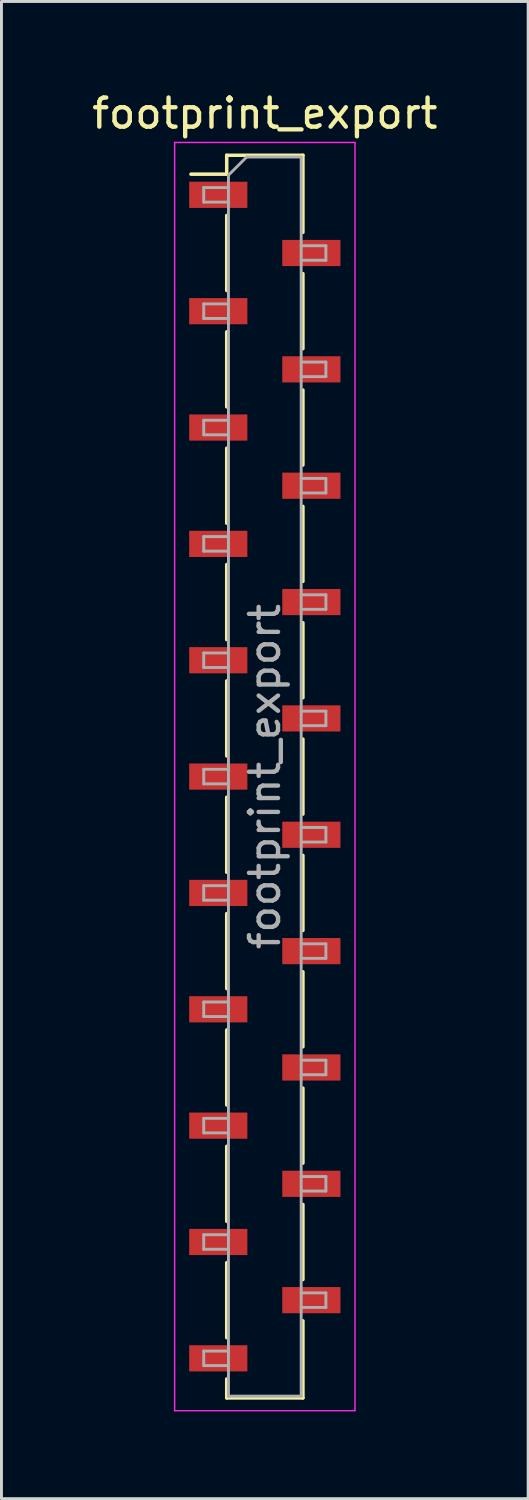
<source format=kicad_pcb>
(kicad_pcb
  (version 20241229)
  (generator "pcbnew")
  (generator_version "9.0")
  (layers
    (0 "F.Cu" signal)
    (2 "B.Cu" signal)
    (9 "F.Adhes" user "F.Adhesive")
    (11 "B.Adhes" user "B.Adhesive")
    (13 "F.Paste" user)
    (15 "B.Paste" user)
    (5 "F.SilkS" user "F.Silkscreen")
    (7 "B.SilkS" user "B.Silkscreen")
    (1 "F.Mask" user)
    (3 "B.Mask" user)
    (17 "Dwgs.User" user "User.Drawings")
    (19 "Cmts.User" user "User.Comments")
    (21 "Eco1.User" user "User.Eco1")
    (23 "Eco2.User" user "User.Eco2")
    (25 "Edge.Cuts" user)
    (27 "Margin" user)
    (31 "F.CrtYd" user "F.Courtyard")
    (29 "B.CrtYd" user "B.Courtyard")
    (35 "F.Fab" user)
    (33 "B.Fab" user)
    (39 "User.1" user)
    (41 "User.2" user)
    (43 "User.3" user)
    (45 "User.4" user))
  (footprint "footprint_export"
    (layer "F.Cu")
    (at 6.054 23.648)
    (property "Reference" "footprint_export" (at 0 -22.8 0) (layer "F.SilkS") (effects (font (size 1 1) (thickness 0.15))))
    (attr smd)
    (fp_line (start -2.54 -20.71) (end -1.31 -20.71) (stroke (width 0.12) (type solid)) (layer "F.SilkS"))
    (fp_line (start -1.31 -21.36) (end -1.31 -20.71) (stroke (width 0.12) (type solid)) (layer "F.SilkS"))
    (fp_line (start -1.31 -21.36) (end 1.31 -21.36) (stroke (width 0.12) (type solid)) (layer "F.SilkS"))
    (fp_line (start -1.31 -19.29) (end -1.31 -16.71) (stroke (width 0.12) (type solid)) (layer "F.SilkS"))
    (fp_line (start -1.31 -15.29) (end -1.31 -12.71) (stroke (width 0.12) (type solid)) (layer "F.SilkS"))
    (fp_line (start -1.31 -11.29) (end -1.31 -8.71) (stroke (width 0.12) (type solid)) (layer "F.SilkS"))
    (fp_line (start -1.31 -7.29) (end -1.31 -4.71) (stroke (width 0.12) (type solid)) (layer "F.SilkS"))
    (fp_line (start -1.31 -3.29) (end -1.31 -0.71) (stroke (width 0.12) (type solid)) (layer "F.SilkS"))
    (fp_line (start -1.31 0.71) (end -1.31 3.29) (stroke (width 0.12) (type solid)) (layer "F.SilkS"))
    (fp_line (start -1.31 4.71) (end -1.31 7.29) (stroke (width 0.12) (type solid)) (layer "F.SilkS"))
    (fp_line (start -1.31 8.71) (end -1.31 11.29) (stroke (width 0.12) (type solid)) (layer "F.SilkS"))
    (fp_line (start -1.31 12.71) (end -1.31 15.29) (stroke (width 0.12) (type solid)) (layer "F.SilkS"))
    (fp_line (start -1.31 16.71) (end -1.31 19.29) (stroke (width 0.12) (type solid)) (layer "F.SilkS"))
    (fp_line (start -1.31 20.71) (end -1.31 21.36) (stroke (width 0.12) (type solid)) (layer "F.SilkS"))
    (fp_line (start -1.31 21.36) (end 1.31 21.36) (stroke (width 0.12) (type solid)) (layer "F.SilkS"))
    (fp_line (start 1.31 -21.36) (end 1.31 -18.71) (stroke (width 0.12) (type solid)) (layer "F.SilkS"))
    (fp_line (start 1.31 -17.29) (end 1.31 -14.71) (stroke (width 0.12) (type solid)) (layer "F.SilkS"))
    (fp_line (start 1.31 -13.29) (end 1.31 -10.71) (stroke (width 0.12) (type solid)) (layer "F.SilkS"))
    (fp_line (start 1.31 -9.29) (end 1.31 -6.71) (stroke (width 0.12) (type solid)) (layer "F.SilkS"))
    (fp_line (start 1.31 -5.29) (end 1.31 -2.71) (stroke (width 0.12) (type solid)) (layer "F.SilkS"))
    (fp_line (start 1.31 -1.29) (end 1.31 1.29) (stroke (width 0.12) (type solid)) (layer "F.SilkS"))
    (fp_line (start 1.31 2.71) (end 1.31 5.29) (stroke (width 0.12) (type solid)) (layer "F.SilkS"))
    (fp_line (start 1.31 6.71) (end 1.31 9.29) (stroke (width 0.12) (type solid)) (layer "F.SilkS"))
    (fp_line (start 1.31 10.71) (end 1.31 13.29) (stroke (width 0.12) (type solid)) (layer "F.SilkS"))
    (fp_line (start 1.31 14.71) (end 1.31 17.29) (stroke (width 0.12) (type solid)) (layer "F.SilkS"))
    (fp_line (start 1.31 18.71) (end 1.31 21.36) (stroke (width 0.12) (type solid)) (layer "F.SilkS"))
    (fp_line (start -3.1 -21.8) (end 3.1 -21.8) (stroke (width 0.05) (type solid)) (layer "F.CrtYd"))
    (fp_line (start -3.1 21.8) (end -3.1 -21.8) (stroke (width 0.05) (type solid)) (layer "F.CrtYd"))
    (fp_line (start 3.1 -21.8) (end 3.1 21.8) (stroke (width 0.05) (type solid)) (layer "F.CrtYd"))
    (fp_line (start 3.1 21.8) (end -3.1 21.8) (stroke (width 0.05) (type solid)) (layer "F.CrtYd"))
    (fp_line (start -2.1 -20.25) (end -1.25 -20.25) (stroke (width 0.1) (type solid)) (layer "F.Fab"))
    (fp_line (start -2.1 -19.75) (end -2.1 -20.25) (stroke (width 0.1) (type solid)) (layer "F.Fab"))
    (fp_line (start -2.1 -16.25) (end -1.25 -16.25) (stroke (width 0.1) (type solid)) (layer "F.Fab"))
    (fp_line (start -2.1 -15.75) (end -2.1 -16.25) (stroke (width 0.1) (type solid)) (layer "F.Fab"))
    (fp_line (start -2.1 -12.25) (end -1.25 -12.25) (stroke (width 0.1) (type solid)) (layer "F.Fab"))
    (fp_line (start -2.1 -11.75) (end -2.1 -12.25) (stroke (width 0.1) (type solid)) (layer "F.Fab"))
    (fp_line (start -2.1 -8.25) (end -1.25 -8.25) (stroke (width 0.1) (type solid)) (layer "F.Fab"))
    (fp_line (start -2.1 -7.75) (end -2.1 -8.25) (stroke (width 0.1) (type solid)) (layer "F.Fab"))
    (fp_line (start -2.1 -4.25) (end -1.25 -4.25) (stroke (width 0.1) (type solid)) (layer "F.Fab"))
    (fp_line (start -2.1 -3.75) (end -2.1 -4.25) (stroke (width 0.1) (type solid)) (layer "F.Fab"))
    (fp_line (start -2.1 -0.25) (end -1.25 -0.25) (stroke (width 0.1) (type solid)) (layer "F.Fab"))
    (fp_line (start -2.1 0.25) (end -2.1 -0.25) (stroke (width 0.1) (type solid)) (layer "F.Fab"))
    (fp_line (start -2.1 3.75) (end -1.25 3.75) (stroke (width 0.1) (type solid)) (layer "F.Fab"))
    (fp_line (start -2.1 4.25) (end -2.1 3.75) (stroke (width 0.1) (type solid)) (layer "F.Fab"))
    (fp_line (start -2.1 7.75) (end -1.25 7.75) (stroke (width 0.1) (type solid)) (layer "F.Fab"))
    (fp_line (start -2.1 8.25) (end -2.1 7.75) (stroke (width 0.1) (type solid)) (layer "F.Fab"))
    (fp_line (start -2.1 11.75) (end -1.25 11.75) (stroke (width 0.1) (type solid)) (layer "F.Fab"))
    (fp_line (start -2.1 12.25) (end -2.1 11.75) (stroke (width 0.1) (type solid)) (layer "F.Fab"))
    (fp_line (start -2.1 15.75) (end -1.25 15.75) (stroke (width 0.1) (type solid)) (layer "F.Fab"))
    (fp_line (start -2.1 16.25) (end -2.1 15.75) (stroke (width 0.1) (type solid)) (layer "F.Fab"))
    (fp_line (start -2.1 19.75) (end -1.25 19.75) (stroke (width 0.1) (type solid)) (layer "F.Fab"))
    (fp_line (start -2.1 20.25) (end -2.1 19.75) (stroke (width 0.1) (type solid)) (layer "F.Fab"))
    (fp_line (start -1.25 -20.675) (end -0.625 -21.3) (stroke (width 0.1) (type solid)) (layer "F.Fab"))
    (fp_line (start -1.25 -19.75) (end -2.1 -19.75) (stroke (width 0.1) (type solid)) (layer "F.Fab"))
    (fp_line (start -1.25 -15.75) (end -2.1 -15.75) (stroke (width 0.1) (type solid)) (layer "F.Fab"))
    (fp_line (start -1.25 -11.75) (end -2.1 -11.75) (stroke (width 0.1) (type solid)) (layer "F.Fab"))
    (fp_line (start -1.25 -7.75) (end -2.1 -7.75) (stroke (width 0.1) (type solid)) (layer "F.Fab"))
    (fp_line (start -1.25 -3.75) (end -2.1 -3.75) (stroke (width 0.1) (type solid)) (layer "F.Fab"))
    (fp_line (start -1.25 0.25) (end -2.1 0.25) (stroke (width 0.1) (type solid)) (layer "F.Fab"))
    (fp_line (start -1.25 4.25) (end -2.1 4.25) (stroke (width 0.1) (type solid)) (layer "F.Fab"))
    (fp_line (start -1.25 8.25) (end -2.1 8.25) (stroke (width 0.1) (type solid)) (layer "F.Fab"))
    (fp_line (start -1.25 12.25) (end -2.1 12.25) (stroke (width 0.1) (type solid)) (layer "F.Fab"))
    (fp_line (start -1.25 16.25) (end -2.1 16.25) (stroke (width 0.1) (type solid)) (layer "F.Fab"))
    (fp_line (start -1.25 20.25) (end -2.1 20.25) (stroke (width 0.1) (type solid)) (layer "F.Fab"))
    (fp_line (start -1.25 21.3) (end -1.25 -20.675) (stroke (width 0.1) (type solid)) (layer "F.Fab"))
    (fp_line (start -0.625 -21.3) (end 1.25 -21.3) (stroke (width 0.1) (type solid)) (layer "F.Fab"))
    (fp_line (start 1.25 -21.3) (end 1.25 21.3) (stroke (width 0.1) (type solid)) (layer "F.Fab"))
    (fp_line (start 1.25 -18.25) (end 2.1 -18.25) (stroke (width 0.1) (type solid)) (layer "F.Fab"))
    (fp_line (start 1.25 -14.25) (end 2.1 -14.25) (stroke (width 0.1) (type solid)) (layer "F.Fab"))
    (fp_line (start 1.25 -10.25) (end 2.1 -10.25) (stroke (width 0.1) (type solid)) (layer "F.Fab"))
    (fp_line (start 1.25 -6.25) (end 2.1 -6.25) (stroke (width 0.1) (type solid)) (layer "F.Fab"))
    (fp_line (start 1.25 -2.25) (end 2.1 -2.25) (stroke (width 0.1) (type solid)) (layer "F.Fab"))
    (fp_line (start 1.25 1.75) (end 2.1 1.75) (stroke (width 0.1) (type solid)) (layer "F.Fab"))
    (fp_line (start 1.25 5.75) (end 2.1 5.75) (stroke (width 0.1) (type solid)) (layer "F.Fab"))
    (fp_line (start 1.25 9.75) (end 2.1 9.75) (stroke (width 0.1) (type solid)) (layer "F.Fab"))
    (fp_line (start 1.25 13.75) (end 2.1 13.75) (stroke (width 0.1) (type solid)) (layer "F.Fab"))
    (fp_line (start 1.25 17.75) (end 2.1 17.75) (stroke (width 0.1) (type solid)) (layer "F.Fab"))
    (fp_line (start 1.25 21.3) (end -1.25 21.3) (stroke (width 0.1) (type solid)) (layer "F.Fab"))
    (fp_line (start 2.1 -18.25) (end 2.1 -17.75) (stroke (width 0.1) (type solid)) (layer "F.Fab"))
    (fp_line (start 2.1 -17.75) (end 1.25 -17.75) (stroke (width 0.1) (type solid)) (layer "F.Fab"))
    (fp_line (start 2.1 -14.25) (end 2.1 -13.75) (stroke (width 0.1) (type solid)) (layer "F.Fab"))
    (fp_line (start 2.1 -13.75) (end 1.25 -13.75) (stroke (width 0.1) (type solid)) (layer "F.Fab"))
    (fp_line (start 2.1 -10.25) (end 2.1 -9.75) (stroke (width 0.1) (type solid)) (layer "F.Fab"))
    (fp_line (start 2.1 -9.75) (end 1.25 -9.75) (stroke (width 0.1) (type solid)) (layer "F.Fab"))
    (fp_line (start 2.1 -6.25) (end 2.1 -5.75) (stroke (width 0.1) (type solid)) (layer "F.Fab"))
    (fp_line (start 2.1 -5.75) (end 1.25 -5.75) (stroke (width 0.1) (type solid)) (layer "F.Fab"))
    (fp_line (start 2.1 -2.25) (end 2.1 -1.75) (stroke (width 0.1) (type solid)) (layer "F.Fab"))
    (fp_line (start 2.1 -1.75) (end 1.25 -1.75) (stroke (width 0.1) (type solid)) (layer "F.Fab"))
    (fp_line (start 2.1 1.75) (end 2.1 2.25) (stroke (width 0.1) (type solid)) (layer "F.Fab"))
    (fp_line (start 2.1 2.25) (end 1.25 2.25) (stroke (width 0.1) (type solid)) (layer "F.Fab"))
    (fp_line (start 2.1 5.75) (end 2.1 6.25) (stroke (width 0.1) (type solid)) (layer "F.Fab"))
    (fp_line (start 2.1 6.25) (end 1.25 6.25) (stroke (width 0.1) (type solid)) (layer "F.Fab"))
    (fp_line (start 2.1 9.75) (end 2.1 10.25) (stroke (width 0.1) (type solid)) (layer "F.Fab"))
    (fp_line (start 2.1 10.25) (end 1.25 10.25) (stroke (width 0.1) (type solid)) (layer "F.Fab"))
    (fp_line (start 2.1 13.75) (end 2.1 14.25) (stroke (width 0.1) (type solid)) (layer "F.Fab"))
    (fp_line (start 2.1 14.25) (end 1.25 14.25) (stroke (width 0.1) (type solid)) (layer "F.Fab"))
    (fp_line (start 2.1 17.75) (end 2.1 18.25) (stroke (width 0.1) (type solid)) (layer "F.Fab"))
    (fp_line (start 2.1 18.25) (end 1.25 18.25) (stroke (width 0.1) (type solid)) (layer "F.Fab"))
    (fp_text user "${REFERENCE}" (at 0 0 90) (layer "F.Fab") (effects (font (size 1 1) (thickness 0.15))))
    (pad "1" smd rect (at -1.6 -20) (size 2 0.9) (layers "F.Cu" "F.Mask" "F.Paste"))
    (pad "2" smd rect (at 1.6 -18) (size 2 0.9) (layers "F.Cu" "F.Mask" "F.Paste"))
    (pad "3" smd rect (at -1.6 -16) (size 2 0.9) (layers "F.Cu" "F.Mask" "F.Paste"))
    (pad "4" smd rect (at 1.6 -14) (size 2 0.9) (layers "F.Cu" "F.Mask" "F.Paste"))
    (pad "5" smd rect (at -1.6 -12) (size 2 0.9) (layers "F.Cu" "F.Mask" "F.Paste"))
    (pad "6" smd rect (at 1.6 -10) (size 2 0.9) (layers "F.Cu" "F.Mask" "F.Paste"))
    (pad "7" smd rect (at -1.6 -8) (size 2 0.9) (layers "F.Cu" "F.Mask" "F.Paste"))
    (pad "8" smd rect (at 1.6 -6) (size 2 0.9) (layers "F.Cu" "F.Mask" "F.Paste"))
    (pad "9" smd rect (at -1.6 -4) (size 2 0.9) (layers "F.Cu" "F.Mask" "F.Paste"))
    (pad "10" smd rect (at 1.6 -2) (size 2 0.9) (layers "F.Cu" "F.Mask" "F.Paste"))
    (pad "11" smd rect (at -1.6 0) (size 2 0.9) (layers "F.Cu" "F.Mask" "F.Paste"))
    (pad "12" smd rect (at 1.6 2) (size 2 0.9) (layers "F.Cu" "F.Mask" "F.Paste"))
    (pad "13" smd rect (at -1.6 4) (size 2 0.9) (layers "F.Cu" "F.Mask" "F.Paste"))
    (pad "14" smd rect (at 1.6 6) (size 2 0.9) (layers "F.Cu" "F.Mask" "F.Paste"))
    (pad "15" smd rect (at -1.6 8) (size 2 0.9) (layers "F.Cu" "F.Mask" "F.Paste"))
    (pad "16" smd rect (at 1.6 10) (size 2 0.9) (layers "F.Cu" "F.Mask" "F.Paste"))
    (pad "17" smd rect (at -1.6 12) (size 2 0.9) (layers "F.Cu" "F.Mask" "F.Paste"))
    (pad "18" smd rect (at 1.6 14) (size 2 0.9) (layers "F.Cu" "F.Mask" "F.Paste"))
    (pad "19" smd rect (at -1.6 16) (size 2 0.9) (layers "F.Cu" "F.Mask" "F.Paste"))
    (pad "20" smd rect (at 1.6 18) (size 2 0.9) (layers "F.Cu" "F.Mask" "F.Paste"))
    (pad "21" smd rect (at -1.6 20) (size 2 0.9) (layers "F.Cu" "F.Mask" "F.Paste")))
  (gr_rect
    (start -3 -3)
    (end 15.107 48.473)
    (stroke (width 0.1) (type default))
    (fill no)
    (layer "Edge.Cuts")))
</source>
